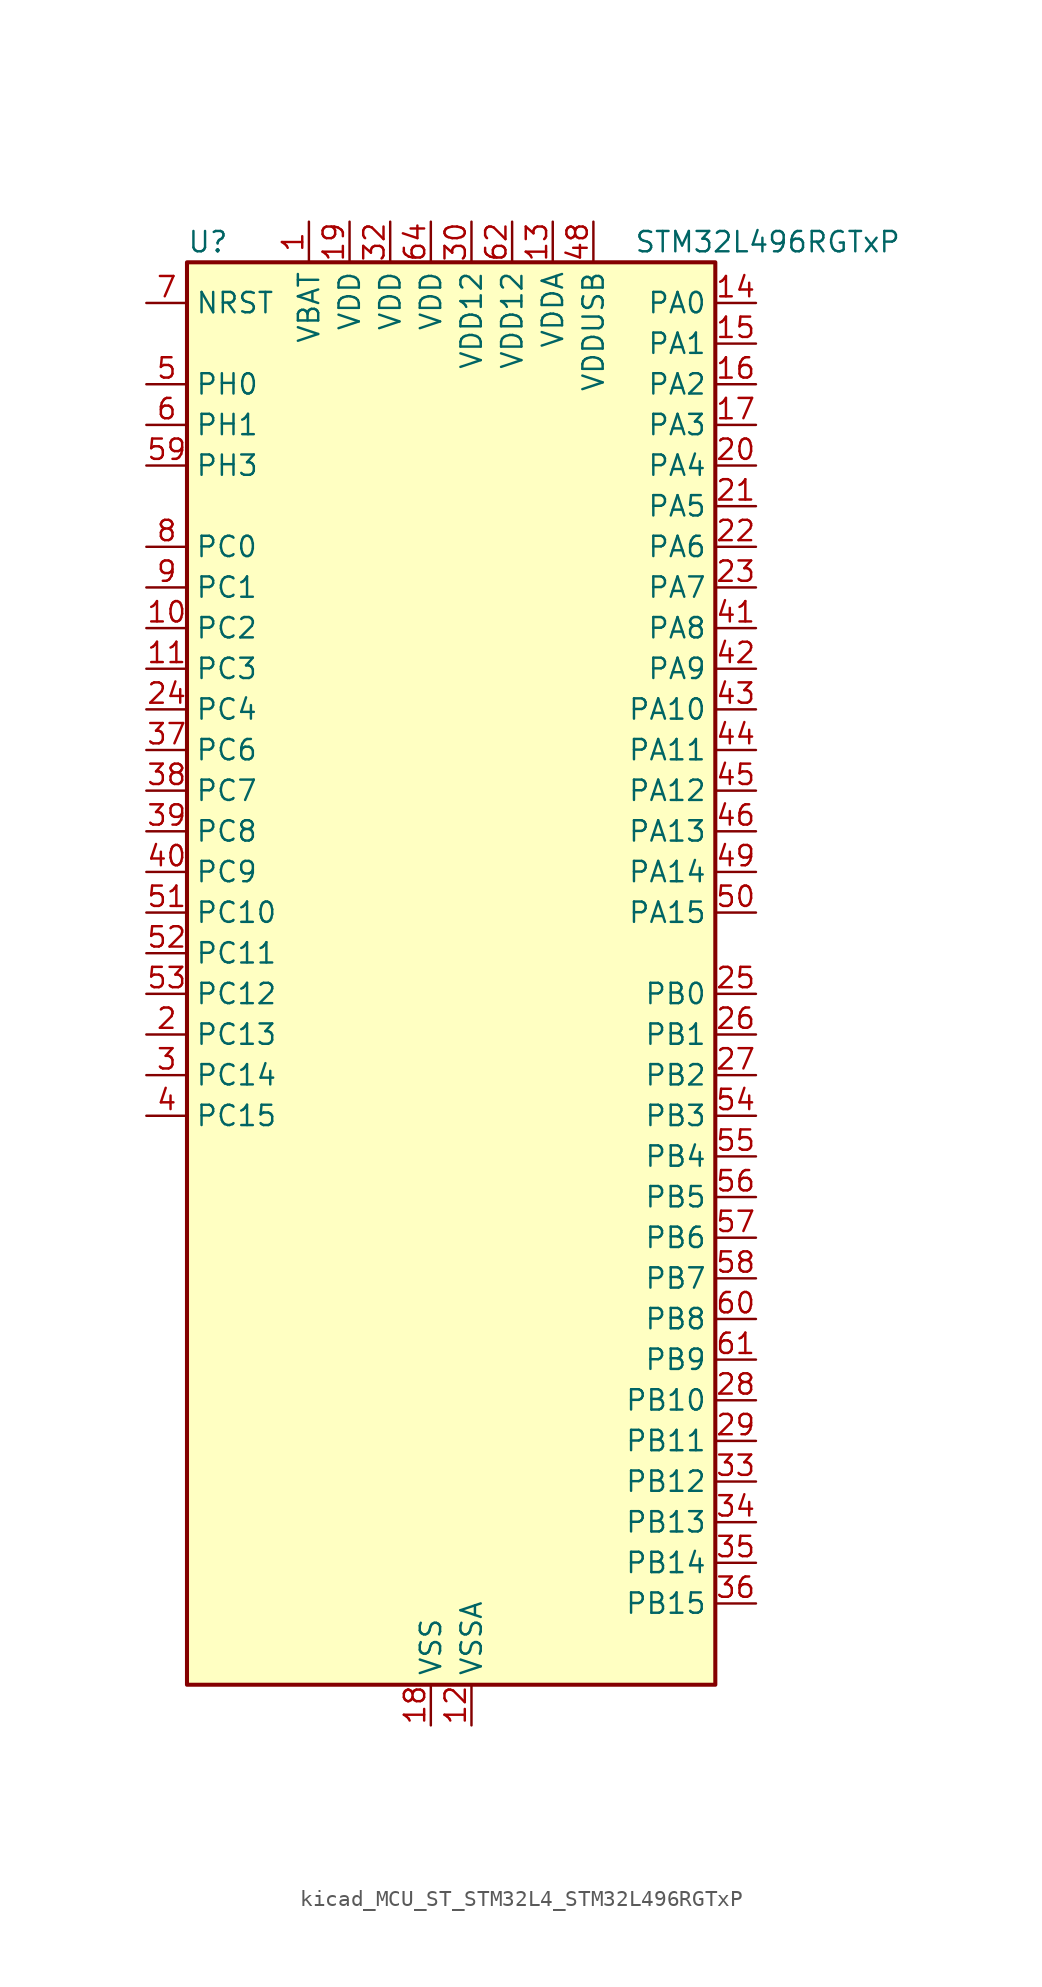
<source format=kicad_sym>
(kicad_symbol_lib
  (version 20220914)
  (generator kicad_symbol_editor)
  (symbol "kicad_MCU_ST_STM32L4_STM32L496RGTxP"
    (property "Reference" "U"
      (at -15.24 46.99 0)
      (effects (font (size 1.27 1.27)) (justify left)))
    (property "Value" "STM32L496RGTxP"
      (at 12.7 46.99 0)
      (effects (font (size 1.27 1.27)) (justify left)))
    (property "ki_locked" ""
      (at 0 0 0)
      (effects (font (size 1.27 1.27))))
    (symbol "kicad_MCU_ST_STM32L4_STM32L496RGTxP_0_1"
      (rectangle (start -15.24 -43.18) (end 17.78 45.72) (stroke (width 0.254) (type default)) (fill (type background))))
    (symbol "kicad_MCU_ST_STM32L4_STM32L496RGTxP_1_1"
      (pin power_in line (at -7.62 48.26 270) (length 2.54) (name "VBAT" (effects (font (size 1.27 1.27)))) (number "1" (effects (font (size 1.27 1.27)))))
      (pin bidirectional line (at -17.78 22.86 0) (length 2.54) (name "PC2" (effects (font (size 1.27 1.27)))) (number "10" (effects (font (size 1.27 1.27)))) (alternate "ADC1_IN3" bidirectional line) (alternate "ADC2_IN3" bidirectional line) (alternate "ADC3_IN3" bidirectional line) (alternate "DFSDM1_CKOUT" bidirectional line) (alternate "LCD_SEG20" bidirectional line) (alternate "LPTIM1_IN2" bidirectional line) (alternate "QUADSPI_BK2_IO1" bidirectional line) (alternate "SPI2_MISO" bidirectional line))
      (pin bidirectional line (at -17.78 20.32 0) (length 2.54) (name "PC3" (effects (font (size 1.27 1.27)))) (number "11" (effects (font (size 1.27 1.27)))) (alternate "ADC1_IN4" bidirectional line) (alternate "ADC2_IN4" bidirectional line) (alternate "ADC3_IN4" bidirectional line) (alternate "LCD_VLCD" bidirectional line) (alternate "LPTIM1_ETR" bidirectional line) (alternate "LPTIM2_ETR" bidirectional line) (alternate "QUADSPI_BK2_IO2" bidirectional line) (alternate "SAI1_SD_A" bidirectional line) (alternate "SPI2_MOSI" bidirectional line))
      (pin power_in line (at 2.54 -45.72 90) (length 2.54) (name "VSSA" (effects (font (size 1.27 1.27)))) (number "12" (effects (font (size 1.27 1.27)))))
      (pin power_in line (at 7.62 48.26 270) (length 2.54) (name "VDDA" (effects (font (size 1.27 1.27)))) (number "13" (effects (font (size 1.27 1.27)))))
      (pin bidirectional line (at 20.32 43.18 180) (length 2.54) (name "PA0" (effects (font (size 1.27 1.27)))) (number "14" (effects (font (size 1.27 1.27)))) (alternate "ADC1_IN5" bidirectional line) (alternate "ADC2_IN5" bidirectional line) (alternate "OPAMP1_VINP" bidirectional line) (alternate "RTC_TAMP2" bidirectional line) (alternate "SAI1_EXTCLK" bidirectional line) (alternate "SYS_WKUP1" bidirectional line) (alternate "TIM2_CH1" bidirectional line) (alternate "TIM2_ETR" bidirectional line) (alternate "TIM5_CH1" bidirectional line) (alternate "TIM8_ETR" bidirectional line) (alternate "UART4_TX" bidirectional line) (alternate "USART2_CTS" bidirectional line))
      (pin bidirectional line (at 20.32 40.64 180) (length 2.54) (name "PA1" (effects (font (size 1.27 1.27)))) (number "15" (effects (font (size 1.27 1.27)))) (alternate "ADC1_IN6" bidirectional line) (alternate "ADC2_IN6" bidirectional line) (alternate "I2C1_SMBA" bidirectional line) (alternate "LCD_SEG0" bidirectional line) (alternate "OPAMP1_VINM" bidirectional line) (alternate "SPI1_SCK" bidirectional line) (alternate "TIM15_CH1N" bidirectional line) (alternate "TIM2_CH2" bidirectional line) (alternate "TIM5_CH2" bidirectional line) (alternate "UART4_RX" bidirectional line) (alternate "USART2_DE" bidirectional line) (alternate "USART2_RTS" bidirectional line))
      (pin bidirectional line (at 20.32 38.1 180) (length 2.54) (name "PA2" (effects (font (size 1.27 1.27)))) (number "16" (effects (font (size 1.27 1.27)))) (alternate "ADC1_IN7" bidirectional line) (alternate "ADC2_IN7" bidirectional line) (alternate "LCD_SEG1" bidirectional line) (alternate "LPUART1_TX" bidirectional line) (alternate "QUADSPI_BK1_NCS" bidirectional line) (alternate "RCC_LSCO" bidirectional line) (alternate "SAI2_EXTCLK" bidirectional line) (alternate "SYS_WKUP4" bidirectional line) (alternate "TIM15_CH1" bidirectional line) (alternate "TIM2_CH3" bidirectional line) (alternate "TIM5_CH3" bidirectional line) (alternate "USART2_TX" bidirectional line))
      (pin bidirectional line (at 20.32 35.56 180) (length 2.54) (name "PA3" (effects (font (size 1.27 1.27)))) (number "17" (effects (font (size 1.27 1.27)))) (alternate "ADC1_IN8" bidirectional line) (alternate "ADC2_IN8" bidirectional line) (alternate "LCD_SEG2" bidirectional line) (alternate "LPUART1_RX" bidirectional line) (alternate "OPAMP1_VOUT" bidirectional line) (alternate "QUADSPI_CLK" bidirectional line) (alternate "SAI1_MCLK_A" bidirectional line) (alternate "TIM15_CH2" bidirectional line) (alternate "TIM2_CH4" bidirectional line) (alternate "TIM5_CH4" bidirectional line) (alternate "USART2_RX" bidirectional line))
      (pin power_in line (at 0 -45.72 90) (length 2.54) (name "VSS" (effects (font (size 1.27 1.27)))) (number "18" (effects (font (size 1.27 1.27)))))
      (pin power_in line (at -5.08 48.26 270) (length 2.54) (name "VDD" (effects (font (size 1.27 1.27)))) (number "19" (effects (font (size 1.27 1.27)))))
      (pin bidirectional line (at -17.78 -2.54 0) (length 2.54) (name "PC13" (effects (font (size 1.27 1.27)))) (number "2" (effects (font (size 1.27 1.27)))) (alternate "RTC_OUT_ALARM" bidirectional line) (alternate "RTC_OUT_CALIB" bidirectional line) (alternate "RTC_TAMP1" bidirectional line) (alternate "RTC_TS" bidirectional line) (alternate "SYS_WKUP2" bidirectional line))
      (pin bidirectional line (at 20.32 33.02 180) (length 2.54) (name "PA4" (effects (font (size 1.27 1.27)))) (number "20" (effects (font (size 1.27 1.27)))) (alternate "ADC1_IN9" bidirectional line) (alternate "ADC2_IN9" bidirectional line) (alternate "DAC1_OUT1" bidirectional line) (alternate "DCMI_HSYNC" bidirectional line) (alternate "LPTIM2_OUT" bidirectional line) (alternate "SAI1_FS_B" bidirectional line) (alternate "SPI1_NSS" bidirectional line) (alternate "SPI3_NSS" bidirectional line) (alternate "USART2_CK" bidirectional line))
      (pin bidirectional line (at 20.32 30.48 180) (length 2.54) (name "PA5" (effects (font (size 1.27 1.27)))) (number "21" (effects (font (size 1.27 1.27)))) (alternate "ADC1_IN10" bidirectional line) (alternate "ADC2_IN10" bidirectional line) (alternate "DAC1_OUT2" bidirectional line) (alternate "LPTIM2_ETR" bidirectional line) (alternate "SPI1_SCK" bidirectional line) (alternate "TIM2_CH1" bidirectional line) (alternate "TIM2_ETR" bidirectional line) (alternate "TIM8_CH1N" bidirectional line))
      (pin bidirectional line (at 20.32 27.94 180) (length 2.54) (name "PA6" (effects (font (size 1.27 1.27)))) (number "22" (effects (font (size 1.27 1.27)))) (alternate "ADC1_IN11" bidirectional line) (alternate "ADC2_IN11" bidirectional line) (alternate "DCMI_PIXCLK" bidirectional line) (alternate "LCD_SEG3" bidirectional line) (alternate "LPUART1_CTS" bidirectional line) (alternate "OPAMP2_VINP" bidirectional line) (alternate "QUADSPI_BK1_IO3" bidirectional line) (alternate "SPI1_MISO" bidirectional line) (alternate "TIM16_CH1" bidirectional line) (alternate "TIM1_BKIN" bidirectional line) (alternate "TIM1_BKIN_COMP2" bidirectional line) (alternate "TIM3_CH1" bidirectional line) (alternate "TIM8_BKIN" bidirectional line) (alternate "TIM8_BKIN_COMP2" bidirectional line) (alternate "USART3_CTS" bidirectional line))
      (pin bidirectional line (at 20.32 25.4 180) (length 2.54) (name "PA7" (effects (font (size 1.27 1.27)))) (number "23" (effects (font (size 1.27 1.27)))) (alternate "ADC1_IN12" bidirectional line) (alternate "ADC2_IN12" bidirectional line) (alternate "I2C3_SCL" bidirectional line) (alternate "LCD_SEG4" bidirectional line) (alternate "OPAMP2_VINM" bidirectional line) (alternate "QUADSPI_BK1_IO2" bidirectional line) (alternate "SPI1_MOSI" bidirectional line) (alternate "TIM17_CH1" bidirectional line) (alternate "TIM1_CH1N" bidirectional line) (alternate "TIM3_CH2" bidirectional line) (alternate "TIM8_CH1N" bidirectional line))
      (pin bidirectional line (at -17.78 17.78 0) (length 2.54) (name "PC4" (effects (font (size 1.27 1.27)))) (number "24" (effects (font (size 1.27 1.27)))) (alternate "ADC1_IN13" bidirectional line) (alternate "ADC2_IN13" bidirectional line) (alternate "COMP1_INM" bidirectional line) (alternate "LCD_SEG22" bidirectional line) (alternate "QUADSPI_BK2_IO3" bidirectional line) (alternate "USART3_TX" bidirectional line))
      (pin bidirectional line (at 20.32 0 180) (length 2.54) (name "PB0" (effects (font (size 1.27 1.27)))) (number "25" (effects (font (size 1.27 1.27)))) (alternate "ADC1_IN15" bidirectional line) (alternate "ADC2_IN15" bidirectional line) (alternate "COMP1_OUT" bidirectional line) (alternate "LCD_SEG5" bidirectional line) (alternate "OPAMP2_VOUT" bidirectional line) (alternate "QUADSPI_BK1_IO1" bidirectional line) (alternate "SAI1_EXTCLK" bidirectional line) (alternate "SPI1_NSS" bidirectional line) (alternate "TIM1_CH2N" bidirectional line) (alternate "TIM3_CH3" bidirectional line) (alternate "TIM8_CH2N" bidirectional line) (alternate "USART3_CK" bidirectional line))
      (pin bidirectional line (at 20.32 -2.54 180) (length 2.54) (name "PB1" (effects (font (size 1.27 1.27)))) (number "26" (effects (font (size 1.27 1.27)))) (alternate "ADC1_IN16" bidirectional line) (alternate "ADC2_IN16" bidirectional line) (alternate "COMP1_INM" bidirectional line) (alternate "DFSDM1_DATIN0" bidirectional line) (alternate "LCD_SEG6" bidirectional line) (alternate "LPTIM2_IN1" bidirectional line) (alternate "LPUART1_DE" bidirectional line) (alternate "LPUART1_RTS" bidirectional line) (alternate "QUADSPI_BK1_IO0" bidirectional line) (alternate "TIM1_CH3N" bidirectional line) (alternate "TIM3_CH4" bidirectional line) (alternate "TIM8_CH3N" bidirectional line) (alternate "USART3_DE" bidirectional line) (alternate "USART3_RTS" bidirectional line))
      (pin bidirectional line (at 20.32 -5.08 180) (length 2.54) (name "PB2" (effects (font (size 1.27 1.27)))) (number "27" (effects (font (size 1.27 1.27)))) (alternate "COMP1_INP" bidirectional line) (alternate "DFSDM1_CKIN0" bidirectional line) (alternate "I2C3_SMBA" bidirectional line) (alternate "LCD_VLCD" bidirectional line) (alternate "LPTIM1_OUT" bidirectional line) (alternate "RTC_OUT_ALARM" bidirectional line) (alternate "RTC_OUT_CALIB" bidirectional line))
      (pin bidirectional line (at 20.32 -25.4 180) (length 2.54) (name "PB10" (effects (font (size 1.27 1.27)))) (number "28" (effects (font (size 1.27 1.27)))) (alternate "COMP1_OUT" bidirectional line) (alternate "DFSDM1_DATIN7" bidirectional line) (alternate "I2C2_SCL" bidirectional line) (alternate "I2C4_SCL" bidirectional line) (alternate "LCD_SEG10" bidirectional line) (alternate "LPUART1_RX" bidirectional line) (alternate "QUADSPI_CLK" bidirectional line) (alternate "SAI1_SCK_A" bidirectional line) (alternate "SPI2_SCK" bidirectional line) (alternate "TIM2_CH3" bidirectional line) (alternate "TSC_SYNC" bidirectional line) (alternate "USART3_TX" bidirectional line))
      (pin bidirectional line (at 20.32 -27.94 180) (length 2.54) (name "PB11" (effects (font (size 1.27 1.27)))) (number "29" (effects (font (size 1.27 1.27)))) (alternate "ADC1_EXTI11" bidirectional line) (alternate "ADC2_EXTI11" bidirectional line) (alternate "ADC3_EXTI11" bidirectional line) (alternate "COMP2_OUT" bidirectional line) (alternate "DFSDM1_CKIN7" bidirectional line) (alternate "I2C2_SDA" bidirectional line) (alternate "I2C4_SDA" bidirectional line) (alternate "LCD_SEG11" bidirectional line) (alternate "LPUART1_TX" bidirectional line) (alternate "QUADSPI_BK1_NCS" bidirectional line) (alternate "TIM2_CH4" bidirectional line) (alternate "USART3_RX" bidirectional line))
      (pin bidirectional line (at -17.78 -5.08 0) (length 2.54) (name "PC14" (effects (font (size 1.27 1.27)))) (number "3" (effects (font (size 1.27 1.27)))) (alternate "RCC_OSC32_IN" bidirectional line))
      (pin power_in line (at 2.54 48.26 270) (length 2.54) (name "VDD12" (effects (font (size 1.27 1.27)))) (number "30" (effects (font (size 1.27 1.27)))))
      (pin passive line (at 0 -45.72 90) (length 2.54) hide (name "VSS" (effects (font (size 1.27 1.27)))) (number "31" (effects (font (size 1.27 1.27)))))
      (pin power_in line (at -2.54 48.26 270) (length 2.54) (name "VDD" (effects (font (size 1.27 1.27)))) (number "32" (effects (font (size 1.27 1.27)))))
      (pin bidirectional line (at 20.32 -30.48 180) (length 2.54) (name "PB12" (effects (font (size 1.27 1.27)))) (number "33" (effects (font (size 1.27 1.27)))) (alternate "CAN2_RX" bidirectional line) (alternate "DFSDM1_DATIN1" bidirectional line) (alternate "I2C2_SMBA" bidirectional line) (alternate "LCD_SEG12" bidirectional line) (alternate "LPUART1_DE" bidirectional line) (alternate "LPUART1_RTS" bidirectional line) (alternate "SAI2_FS_A" bidirectional line) (alternate "SPI2_NSS" bidirectional line) (alternate "SWPMI1_IO" bidirectional line) (alternate "TIM15_BKIN" bidirectional line) (alternate "TIM1_BKIN" bidirectional line) (alternate "TIM1_BKIN_COMP2" bidirectional line) (alternate "TSC_G1_IO1" bidirectional line) (alternate "USART3_CK" bidirectional line))
      (pin bidirectional line (at 20.32 -33.02 180) (length 2.54) (name "PB13" (effects (font (size 1.27 1.27)))) (number "34" (effects (font (size 1.27 1.27)))) (alternate "CAN2_TX" bidirectional line) (alternate "DFSDM1_CKIN1" bidirectional line) (alternate "I2C2_SCL" bidirectional line) (alternate "LCD_SEG13" bidirectional line) (alternate "LPUART1_CTS" bidirectional line) (alternate "SAI2_SCK_A" bidirectional line) (alternate "SPI2_SCK" bidirectional line) (alternate "SWPMI1_TX" bidirectional line) (alternate "TIM15_CH1N" bidirectional line) (alternate "TIM1_CH1N" bidirectional line) (alternate "TSC_G1_IO2" bidirectional line) (alternate "USART3_CTS" bidirectional line))
      (pin bidirectional line (at 20.32 -35.56 180) (length 2.54) (name "PB14" (effects (font (size 1.27 1.27)))) (number "35" (effects (font (size 1.27 1.27)))) (alternate "DFSDM1_DATIN2" bidirectional line) (alternate "I2C2_SDA" bidirectional line) (alternate "LCD_SEG14" bidirectional line) (alternate "SAI2_MCLK_A" bidirectional line) (alternate "SPI2_MISO" bidirectional line) (alternate "SWPMI1_RX" bidirectional line) (alternate "TIM15_CH1" bidirectional line) (alternate "TIM1_CH2N" bidirectional line) (alternate "TIM8_CH2N" bidirectional line) (alternate "TSC_G1_IO3" bidirectional line) (alternate "USART3_DE" bidirectional line) (alternate "USART3_RTS" bidirectional line))
      (pin bidirectional line (at 20.32 -38.1 180) (length 2.54) (name "PB15" (effects (font (size 1.27 1.27)))) (number "36" (effects (font (size 1.27 1.27)))) (alternate "ADC1_EXTI15" bidirectional line) (alternate "ADC2_EXTI15" bidirectional line) (alternate "ADC3_EXTI15" bidirectional line) (alternate "DFSDM1_CKIN2" bidirectional line) (alternate "LCD_SEG15" bidirectional line) (alternate "RTC_REFIN" bidirectional line) (alternate "SAI2_SD_A" bidirectional line) (alternate "SPI2_MOSI" bidirectional line) (alternate "SWPMI1_SUSPEND" bidirectional line) (alternate "TIM15_CH2" bidirectional line) (alternate "TIM1_CH3N" bidirectional line) (alternate "TIM8_CH3N" bidirectional line) (alternate "TSC_G1_IO4" bidirectional line))
      (pin bidirectional line (at -17.78 15.24 0) (length 2.54) (name "PC6" (effects (font (size 1.27 1.27)))) (number "37" (effects (font (size 1.27 1.27)))) (alternate "DCMI_D0" bidirectional line) (alternate "DFSDM1_CKIN3" bidirectional line) (alternate "LCD_SEG24" bidirectional line) (alternate "SAI2_MCLK_A" bidirectional line) (alternate "TIM3_CH1" bidirectional line) (alternate "TIM8_CH1" bidirectional line) (alternate "TSC_G4_IO1" bidirectional line))
      (pin bidirectional line (at -17.78 12.7 0) (length 2.54) (name "PC7" (effects (font (size 1.27 1.27)))) (number "38" (effects (font (size 1.27 1.27)))) (alternate "DCMI_D1" bidirectional line) (alternate "DFSDM1_DATIN3" bidirectional line) (alternate "LCD_SEG25" bidirectional line) (alternate "SAI2_MCLK_B" bidirectional line) (alternate "TIM3_CH2" bidirectional line) (alternate "TIM8_CH2" bidirectional line) (alternate "TSC_G4_IO2" bidirectional line))
      (pin bidirectional line (at -17.78 10.16 0) (length 2.54) (name "PC8" (effects (font (size 1.27 1.27)))) (number "39" (effects (font (size 1.27 1.27)))) (alternate "DCMI_D2" bidirectional line) (alternate "LCD_SEG26" bidirectional line) (alternate "TIM3_CH3" bidirectional line) (alternate "TIM8_CH3" bidirectional line) (alternate "TSC_G4_IO3" bidirectional line))
      (pin bidirectional line (at -17.78 -7.62 0) (length 2.54) (name "PC15" (effects (font (size 1.27 1.27)))) (number "4" (effects (font (size 1.27 1.27)))) (alternate "ADC1_EXTI15" bidirectional line) (alternate "ADC2_EXTI15" bidirectional line) (alternate "ADC3_EXTI15" bidirectional line) (alternate "RCC_OSC32_OUT" bidirectional line))
      (pin bidirectional line (at -17.78 7.62 0) (length 2.54) (name "PC9" (effects (font (size 1.27 1.27)))) (number "40" (effects (font (size 1.27 1.27)))) (alternate "DAC1_EXTI9" bidirectional line) (alternate "DCMI_D3" bidirectional line) (alternate "I2C3_SDA" bidirectional line) (alternate "LCD_SEG27" bidirectional line) (alternate "SAI2_EXTCLK" bidirectional line) (alternate "TIM3_CH4" bidirectional line) (alternate "TIM8_BKIN2" bidirectional line) (alternate "TIM8_BKIN2_COMP1" bidirectional line) (alternate "TIM8_CH4" bidirectional line) (alternate "TSC_G4_IO4" bidirectional line) (alternate "USB_OTG_FS_NOE" bidirectional line))
      (pin bidirectional line (at 20.32 22.86 180) (length 2.54) (name "PA8" (effects (font (size 1.27 1.27)))) (number "41" (effects (font (size 1.27 1.27)))) (alternate "LCD_COM0" bidirectional line) (alternate "LPTIM2_OUT" bidirectional line) (alternate "RCC_MCO" bidirectional line) (alternate "SAI1_SCK_A" bidirectional line) (alternate "SWPMI1_IO" bidirectional line) (alternate "TIM1_CH1" bidirectional line) (alternate "USART1_CK" bidirectional line) (alternate "USB_OTG_FS_SOF" bidirectional line))
      (pin bidirectional line (at 20.32 20.32 180) (length 2.54) (name "PA9" (effects (font (size 1.27 1.27)))) (number "42" (effects (font (size 1.27 1.27)))) (alternate "DAC1_EXTI9" bidirectional line) (alternate "DCMI_D0" bidirectional line) (alternate "LCD_COM1" bidirectional line) (alternate "SAI1_FS_A" bidirectional line) (alternate "SPI2_SCK" bidirectional line) (alternate "TIM15_BKIN" bidirectional line) (alternate "TIM1_CH2" bidirectional line) (alternate "USART1_TX" bidirectional line) (alternate "USB_OTG_FS_VBUS" bidirectional line))
      (pin bidirectional line (at 20.32 17.78 180) (length 2.54) (name "PA10" (effects (font (size 1.27 1.27)))) (number "43" (effects (font (size 1.27 1.27)))) (alternate "DCMI_D1" bidirectional line) (alternate "LCD_COM2" bidirectional line) (alternate "SAI1_SD_A" bidirectional line) (alternate "TIM17_BKIN" bidirectional line) (alternate "TIM1_CH3" bidirectional line) (alternate "USART1_RX" bidirectional line) (alternate "USB_OTG_FS_ID" bidirectional line))
      (pin bidirectional line (at 20.32 15.24 180) (length 2.54) (name "PA11" (effects (font (size 1.27 1.27)))) (number "44" (effects (font (size 1.27 1.27)))) (alternate "ADC1_EXTI11" bidirectional line) (alternate "ADC2_EXTI11" bidirectional line) (alternate "ADC3_EXTI11" bidirectional line) (alternate "CAN1_RX" bidirectional line) (alternate "SPI1_MISO" bidirectional line) (alternate "TIM1_BKIN2" bidirectional line) (alternate "TIM1_BKIN2_COMP1" bidirectional line) (alternate "TIM1_CH4" bidirectional line) (alternate "USART1_CTS" bidirectional line) (alternate "USB_OTG_FS_DM" bidirectional line))
      (pin bidirectional line (at 20.32 12.7 180) (length 2.54) (name "PA12" (effects (font (size 1.27 1.27)))) (number "45" (effects (font (size 1.27 1.27)))) (alternate "CAN1_TX" bidirectional line) (alternate "SPI1_MOSI" bidirectional line) (alternate "TIM1_ETR" bidirectional line) (alternate "USART1_DE" bidirectional line) (alternate "USART1_RTS" bidirectional line) (alternate "USB_OTG_FS_DP" bidirectional line))
      (pin bidirectional line (at 20.32 10.16 180) (length 2.54) (name "PA13" (effects (font (size 1.27 1.27)))) (number "46" (effects (font (size 1.27 1.27)))) (alternate "IR_OUT" bidirectional line) (alternate "SAI1_SD_B" bidirectional line) (alternate "SWPMI1_TX" bidirectional line) (alternate "SYS_JTMS-SWDIO" bidirectional line) (alternate "USB_OTG_FS_NOE" bidirectional line))
      (pin passive line (at 0 -45.72 90) (length 2.54) hide (name "VSS" (effects (font (size 1.27 1.27)))) (number "47" (effects (font (size 1.27 1.27)))))
      (pin power_in line (at 10.16 48.26 270) (length 2.54) (name "VDDUSB" (effects (font (size 1.27 1.27)))) (number "48" (effects (font (size 1.27 1.27)))))
      (pin bidirectional line (at 20.32 7.62 180) (length 2.54) (name "PA14" (effects (font (size 1.27 1.27)))) (number "49" (effects (font (size 1.27 1.27)))) (alternate "I2C1_SMBA" bidirectional line) (alternate "I2C4_SMBA" bidirectional line) (alternate "LPTIM1_OUT" bidirectional line) (alternate "SAI1_FS_B" bidirectional line) (alternate "SWPMI1_RX" bidirectional line) (alternate "SYS_JTCK-SWCLK" bidirectional line) (alternate "USB_OTG_FS_SOF" bidirectional line))
      (pin bidirectional line (at -17.78 38.1 0) (length 2.54) (name "PH0" (effects (font (size 1.27 1.27)))) (number "5" (effects (font (size 1.27 1.27)))) (alternate "RCC_OSC_IN" bidirectional line))
      (pin bidirectional line (at 20.32 5.08 180) (length 2.54) (name "PA15" (effects (font (size 1.27 1.27)))) (number "50" (effects (font (size 1.27 1.27)))) (alternate "ADC1_EXTI15" bidirectional line) (alternate "ADC2_EXTI15" bidirectional line) (alternate "ADC3_EXTI15" bidirectional line) (alternate "LCD_SEG17" bidirectional line) (alternate "SAI2_FS_B" bidirectional line) (alternate "SPI1_NSS" bidirectional line) (alternate "SPI3_NSS" bidirectional line) (alternate "SWPMI1_SUSPEND" bidirectional line) (alternate "SYS_JTDI" bidirectional line) (alternate "TIM2_CH1" bidirectional line) (alternate "TIM2_ETR" bidirectional line) (alternate "TSC_G3_IO1" bidirectional line) (alternate "UART4_DE" bidirectional line) (alternate "UART4_RTS" bidirectional line) (alternate "USART2_RX" bidirectional line) (alternate "USART3_DE" bidirectional line) (alternate "USART3_RTS" bidirectional line))
      (pin bidirectional line (at -17.78 5.08 0) (length 2.54) (name "PC10" (effects (font (size 1.27 1.27)))) (number "51" (effects (font (size 1.27 1.27)))) (alternate "DCMI_D8" bidirectional line) (alternate "LCD_COM4" bidirectional line) (alternate "LCD_SEG28" bidirectional line) (alternate "LCD_SEG40" bidirectional line) (alternate "SAI2_SCK_B" bidirectional line) (alternate "SPI3_SCK" bidirectional line) (alternate "SYS_TRACED1" bidirectional line) (alternate "TSC_G3_IO2" bidirectional line) (alternate "UART4_TX" bidirectional line) (alternate "USART3_TX" bidirectional line))
      (pin bidirectional line (at -17.78 2.54 0) (length 2.54) (name "PC11" (effects (font (size 1.27 1.27)))) (number "52" (effects (font (size 1.27 1.27)))) (alternate "ADC1_EXTI11" bidirectional line) (alternate "ADC2_EXTI11" bidirectional line) (alternate "ADC3_EXTI11" bidirectional line) (alternate "DCMI_D4" bidirectional line) (alternate "LCD_COM5" bidirectional line) (alternate "LCD_SEG29" bidirectional line) (alternate "LCD_SEG41" bidirectional line) (alternate "QUADSPI_BK2_NCS" bidirectional line) (alternate "SAI2_MCLK_B" bidirectional line) (alternate "SPI3_MISO" bidirectional line) (alternate "TSC_G3_IO3" bidirectional line) (alternate "UART4_RX" bidirectional line) (alternate "USART3_RX" bidirectional line))
      (pin bidirectional line (at -17.78 0 0) (length 2.54) (name "PC12" (effects (font (size 1.27 1.27)))) (number "53" (effects (font (size 1.27 1.27)))) (alternate "DCMI_D9" bidirectional line) (alternate "LCD_COM6" bidirectional line) (alternate "LCD_SEG30" bidirectional line) (alternate "LCD_SEG42" bidirectional line) (alternate "SAI2_SD_B" bidirectional line) (alternate "SPI3_MOSI" bidirectional line) (alternate "SYS_TRACED3" bidirectional line) (alternate "TSC_G3_IO4" bidirectional line) (alternate "UART5_TX" bidirectional line) (alternate "USART3_CK" bidirectional line))
      (pin bidirectional line (at 20.32 -7.62 180) (length 2.54) (name "PB3" (effects (font (size 1.27 1.27)))) (number "54" (effects (font (size 1.27 1.27)))) (alternate "COMP2_INM" bidirectional line) (alternate "CRS_SYNC" bidirectional line) (alternate "LCD_SEG7" bidirectional line) (alternate "SAI1_SCK_B" bidirectional line) (alternate "SPI1_SCK" bidirectional line) (alternate "SPI3_SCK" bidirectional line) (alternate "SYS_JTDO-SWO" bidirectional line) (alternate "TIM2_CH2" bidirectional line) (alternate "USART1_DE" bidirectional line) (alternate "USART1_RTS" bidirectional line))
      (pin bidirectional line (at 20.32 -10.16 180) (length 2.54) (name "PB4" (effects (font (size 1.27 1.27)))) (number "55" (effects (font (size 1.27 1.27)))) (alternate "COMP2_INP" bidirectional line) (alternate "DCMI_D12" bidirectional line) (alternate "I2C3_SDA" bidirectional line) (alternate "LCD_SEG8" bidirectional line) (alternate "SAI1_MCLK_B" bidirectional line) (alternate "SPI1_MISO" bidirectional line) (alternate "SPI3_MISO" bidirectional line) (alternate "SYS_JTRST" bidirectional line) (alternate "TIM17_BKIN" bidirectional line) (alternate "TIM3_CH1" bidirectional line) (alternate "TSC_G2_IO1" bidirectional line) (alternate "UART5_DE" bidirectional line) (alternate "UART5_RTS" bidirectional line) (alternate "USART1_CTS" bidirectional line))
      (pin bidirectional line (at 20.32 -12.7 180) (length 2.54) (name "PB5" (effects (font (size 1.27 1.27)))) (number "56" (effects (font (size 1.27 1.27)))) (alternate "CAN2_RX" bidirectional line) (alternate "COMP2_OUT" bidirectional line) (alternate "DCMI_D10" bidirectional line) (alternate "I2C1_SMBA" bidirectional line) (alternate "LCD_SEG9" bidirectional line) (alternate "LPTIM1_IN1" bidirectional line) (alternate "SAI1_SD_B" bidirectional line) (alternate "SPI1_MOSI" bidirectional line) (alternate "SPI3_MOSI" bidirectional line) (alternate "TIM16_BKIN" bidirectional line) (alternate "TIM3_CH2" bidirectional line) (alternate "TSC_G2_IO2" bidirectional line) (alternate "UART5_CTS" bidirectional line) (alternate "USART1_CK" bidirectional line))
      (pin bidirectional line (at 20.32 -15.24 180) (length 2.54) (name "PB6" (effects (font (size 1.27 1.27)))) (number "57" (effects (font (size 1.27 1.27)))) (alternate "CAN2_TX" bidirectional line) (alternate "COMP2_INP" bidirectional line) (alternate "DCMI_D5" bidirectional line) (alternate "DFSDM1_DATIN5" bidirectional line) (alternate "I2C1_SCL" bidirectional line) (alternate "I2C4_SCL" bidirectional line) (alternate "LPTIM1_ETR" bidirectional line) (alternate "SAI1_FS_B" bidirectional line) (alternate "TIM16_CH1N" bidirectional line) (alternate "TIM4_CH1" bidirectional line) (alternate "TIM8_BKIN2" bidirectional line) (alternate "TIM8_BKIN2_COMP2" bidirectional line) (alternate "TSC_G2_IO3" bidirectional line) (alternate "USART1_TX" bidirectional line))
      (pin bidirectional line (at 20.32 -17.78 180) (length 2.54) (name "PB7" (effects (font (size 1.27 1.27)))) (number "58" (effects (font (size 1.27 1.27)))) (alternate "COMP2_INM" bidirectional line) (alternate "DCMI_VSYNC" bidirectional line) (alternate "DFSDM1_CKIN5" bidirectional line) (alternate "I2C1_SDA" bidirectional line) (alternate "I2C4_SDA" bidirectional line) (alternate "LCD_SEG21" bidirectional line) (alternate "LPTIM1_IN2" bidirectional line) (alternate "SYS_PVD_IN" bidirectional line) (alternate "TIM17_CH1N" bidirectional line) (alternate "TIM4_CH2" bidirectional line) (alternate "TIM8_BKIN" bidirectional line) (alternate "TIM8_BKIN_COMP1" bidirectional line) (alternate "TSC_G2_IO4" bidirectional line) (alternate "UART4_CTS" bidirectional line) (alternate "USART1_RX" bidirectional line))
      (pin bidirectional line (at -17.78 33.02 0) (length 2.54) (name "PH3" (effects (font (size 1.27 1.27)))) (number "59" (effects (font (size 1.27 1.27)))))
      (pin bidirectional line (at -17.78 35.56 0) (length 2.54) (name "PH1" (effects (font (size 1.27 1.27)))) (number "6" (effects (font (size 1.27 1.27)))) (alternate "RCC_OSC_OUT" bidirectional line))
      (pin bidirectional line (at 20.32 -20.32 180) (length 2.54) (name "PB8" (effects (font (size 1.27 1.27)))) (number "60" (effects (font (size 1.27 1.27)))) (alternate "CAN1_RX" bidirectional line) (alternate "DCMI_D6" bidirectional line) (alternate "DFSDM1_DATIN6" bidirectional line) (alternate "I2C1_SCL" bidirectional line) (alternate "LCD_SEG16" bidirectional line) (alternate "SAI1_MCLK_A" bidirectional line) (alternate "TIM16_CH1" bidirectional line) (alternate "TIM4_CH3" bidirectional line))
      (pin bidirectional line (at 20.32 -22.86 180) (length 2.54) (name "PB9" (effects (font (size 1.27 1.27)))) (number "61" (effects (font (size 1.27 1.27)))) (alternate "CAN1_TX" bidirectional line) (alternate "DAC1_EXTI9" bidirectional line) (alternate "DCMI_D7" bidirectional line) (alternate "DFSDM1_CKIN6" bidirectional line) (alternate "I2C1_SDA" bidirectional line) (alternate "IR_OUT" bidirectional line) (alternate "LCD_COM3" bidirectional line) (alternate "SAI1_FS_A" bidirectional line) (alternate "SPI2_NSS" bidirectional line) (alternate "TIM17_CH1" bidirectional line) (alternate "TIM4_CH4" bidirectional line))
      (pin power_in line (at 5.08 48.26 270) (length 2.54) (name "VDD12" (effects (font (size 1.27 1.27)))) (number "62" (effects (font (size 1.27 1.27)))))
      (pin passive line (at 0 -45.72 90) (length 2.54) hide (name "VSS" (effects (font (size 1.27 1.27)))) (number "63" (effects (font (size 1.27 1.27)))))
      (pin power_in line (at 0 48.26 270) (length 2.54) (name "VDD" (effects (font (size 1.27 1.27)))) (number "64" (effects (font (size 1.27 1.27)))))
      (pin input line (at -17.78 43.18 0) (length 2.54) (name "NRST" (effects (font (size 1.27 1.27)))) (number "7" (effects (font (size 1.27 1.27)))))
      (pin bidirectional line (at -17.78 27.94 0) (length 2.54) (name "PC0" (effects (font (size 1.27 1.27)))) (number "8" (effects (font (size 1.27 1.27)))) (alternate "ADC1_IN1" bidirectional line) (alternate "ADC2_IN1" bidirectional line) (alternate "ADC3_IN1" bidirectional line) (alternate "DFSDM1_DATIN4" bidirectional line) (alternate "I2C3_SCL" bidirectional line) (alternate "I2C4_SCL" bidirectional line) (alternate "LCD_SEG18" bidirectional line) (alternate "LPTIM1_IN1" bidirectional line) (alternate "LPTIM2_IN1" bidirectional line) (alternate "LPUART1_RX" bidirectional line))
      (pin bidirectional line (at -17.78 25.4 0) (length 2.54) (name "PC1" (effects (font (size 1.27 1.27)))) (number "9" (effects (font (size 1.27 1.27)))) (alternate "ADC1_IN2" bidirectional line) (alternate "ADC2_IN2" bidirectional line) (alternate "ADC3_IN2" bidirectional line) (alternate "DFSDM1_CKIN4" bidirectional line) (alternate "I2C3_SDA" bidirectional line) (alternate "I2C4_SDA" bidirectional line) (alternate "LCD_SEG19" bidirectional line) (alternate "LPTIM1_OUT" bidirectional line) (alternate "LPUART1_TX" bidirectional line) (alternate "QUADSPI_BK2_IO0" bidirectional line) (alternate "SAI1_SD_A" bidirectional line) (alternate "SPI2_MOSI" bidirectional line) (alternate "SYS_TRACED0" bidirectional line)))))
</source>
